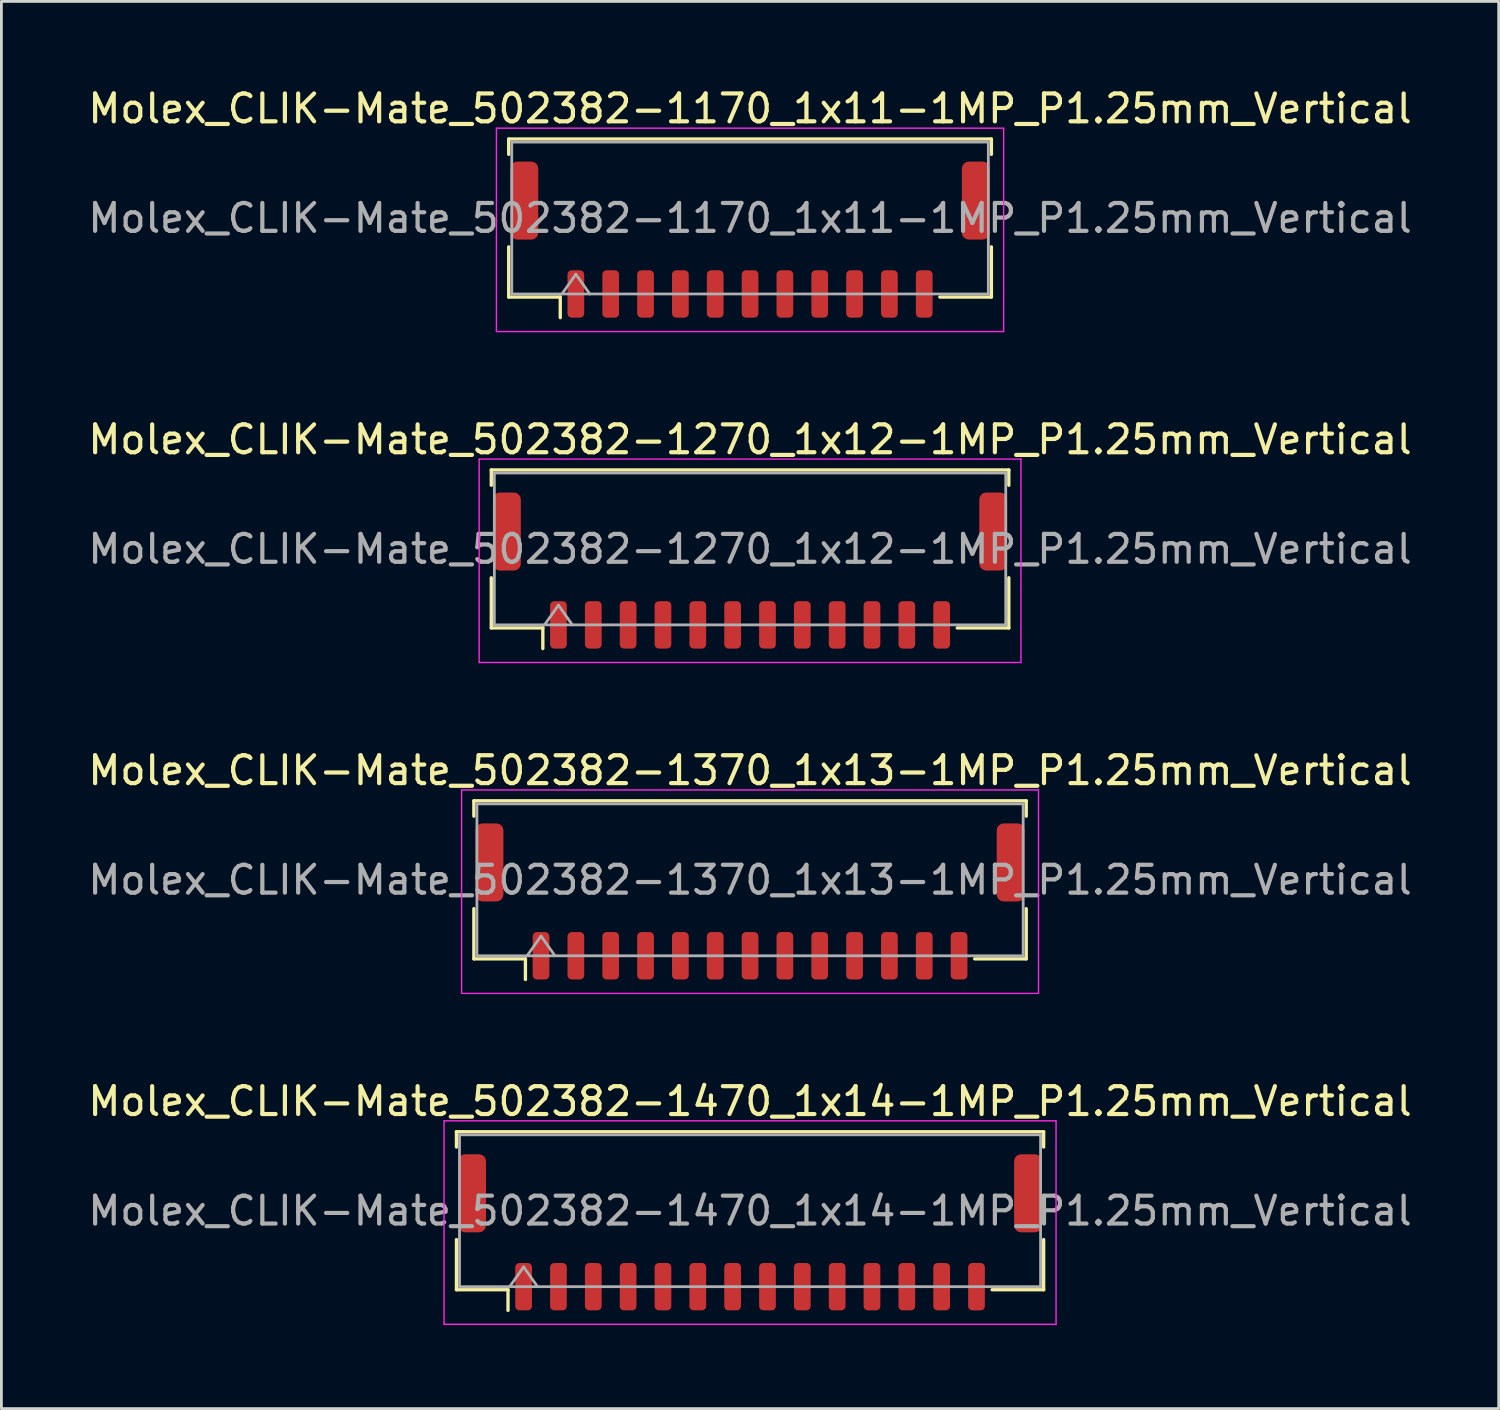
<source format=kicad_pcb>
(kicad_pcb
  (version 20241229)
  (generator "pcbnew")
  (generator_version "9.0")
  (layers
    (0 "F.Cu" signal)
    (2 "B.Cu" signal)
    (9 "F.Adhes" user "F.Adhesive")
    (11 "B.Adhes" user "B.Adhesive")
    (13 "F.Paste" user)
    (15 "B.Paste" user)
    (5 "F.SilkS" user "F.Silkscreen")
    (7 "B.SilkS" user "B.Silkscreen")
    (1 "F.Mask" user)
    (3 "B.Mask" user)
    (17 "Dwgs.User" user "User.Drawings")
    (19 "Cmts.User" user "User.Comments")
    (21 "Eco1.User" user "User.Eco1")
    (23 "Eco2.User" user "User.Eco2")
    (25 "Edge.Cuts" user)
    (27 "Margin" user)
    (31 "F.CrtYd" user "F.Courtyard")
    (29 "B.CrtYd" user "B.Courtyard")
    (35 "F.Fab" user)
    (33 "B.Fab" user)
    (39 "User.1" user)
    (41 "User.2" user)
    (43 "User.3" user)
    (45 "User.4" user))
  (footprint "Molex_CLIK-Mate_502382-1470_1x14-1MP_P1.25mm_Vertical"
    (layer "F.Cu")
    (at 23.863 41.168)
    (property "Reference" "Molex_CLIK-Mate_502382-1470_1x14-1MP_P1.25mm_Vertical" (at 0 -4.7 0) (layer "F.SilkS") (effects (font (size 1 1) (thickness 0.15))))
    (attr smd)
    (fp_line (start -10.535 -3.61) (end 10.535 -3.61) (stroke (width 0.12) (type solid)) (layer "F.SilkS"))
    (fp_line (start -10.535 -3.06) (end -10.535 -3.61) (stroke (width 0.12) (type solid)) (layer "F.SilkS"))
    (fp_line (start -10.535 0.26) (end -10.535 2.06) (stroke (width 0.12) (type solid)) (layer "F.SilkS"))
    (fp_line (start -10.535 2.06) (end -8.685 2.06) (stroke (width 0.12) (type solid)) (layer "F.SilkS"))
    (fp_line (start -8.685 2.06) (end -8.685 2.8) (stroke (width 0.12) (type solid)) (layer "F.SilkS"))
    (fp_line (start 10.535 -3.61) (end 10.535 -3.06) (stroke (width 0.12) (type solid)) (layer "F.SilkS"))
    (fp_line (start 10.535 0.26) (end 10.535 2.06) (stroke (width 0.12) (type solid)) (layer "F.SilkS"))
    (fp_line (start 10.535 2.06) (end 8.685 2.06) (stroke (width 0.12) (type solid)) (layer "F.SilkS"))
    (fp_line (start -10.98 -4) (end -10.98 3.3) (stroke (width 0.05) (type solid)) (layer "F.CrtYd"))
    (fp_line (start -10.98 3.3) (end 10.98 3.3) (stroke (width 0.05) (type solid)) (layer "F.CrtYd"))
    (fp_line (start 10.98 -4) (end -10.98 -4) (stroke (width 0.05) (type solid)) (layer "F.CrtYd"))
    (fp_line (start 10.98 3.3) (end 10.98 -4) (stroke (width 0.05) (type solid)) (layer "F.CrtYd"))
    (fp_line (start -10.425 -3.5) (end 10.425 -3.5) (stroke (width 0.1) (type solid)) (layer "F.Fab"))
    (fp_line (start -10.425 1.95) (end -10.425 -3.5) (stroke (width 0.1) (type solid)) (layer "F.Fab"))
    (fp_line (start -10.425 1.95) (end 10.425 1.95) (stroke (width 0.1) (type solid)) (layer "F.Fab"))
    (fp_line (start -8.625 1.95) (end -8.125 1.243) (stroke (width 0.1) (type solid)) (layer "F.Fab"))
    (fp_line (start -8.125 1.243) (end -7.625 1.95) (stroke (width 0.1) (type solid)) (layer "F.Fab"))
    (fp_line (start 10.425 1.95) (end 10.425 -3.5) (stroke (width 0.1) (type solid)) (layer "F.Fab"))
    (fp_text user "${REFERENCE}" (at 0 -0.77 0) (layer "F.Fab") (effects (font (size 1 1) (thickness 0.15))))
    (pad "1" smd roundrect (at -8.125 1.95) (size 0.6 1.7) (layers "F.Cu" "F.Mask" "F.Paste") (roundrect_rratio 0.25))
    (pad "2" smd roundrect (at -6.875 1.95) (size 0.6 1.7) (layers "F.Cu" "F.Mask" "F.Paste") (roundrect_rratio 0.25))
    (pad "3" smd roundrect (at -5.625 1.95) (size 0.6 1.7) (layers "F.Cu" "F.Mask" "F.Paste") (roundrect_rratio 0.25))
    (pad "4" smd roundrect (at -4.375 1.95) (size 0.6 1.7) (layers "F.Cu" "F.Mask" "F.Paste") (roundrect_rratio 0.25))
    (pad "5" smd roundrect (at -3.125 1.95) (size 0.6 1.7) (layers "F.Cu" "F.Mask" "F.Paste") (roundrect_rratio 0.25))
    (pad "6" smd roundrect (at -1.875 1.95) (size 0.6 1.7) (layers "F.Cu" "F.Mask" "F.Paste") (roundrect_rratio 0.25))
    (pad "7" smd roundrect (at -0.625 1.95) (size 0.6 1.7) (layers "F.Cu" "F.Mask" "F.Paste") (roundrect_rratio 0.25))
    (pad "8" smd roundrect (at 0.625 1.95) (size 0.6 1.7) (layers "F.Cu" "F.Mask" "F.Paste") (roundrect_rratio 0.25))
    (pad "9" smd roundrect (at 1.875 1.95) (size 0.6 1.7) (layers "F.Cu" "F.Mask" "F.Paste") (roundrect_rratio 0.25))
    (pad "10" smd roundrect (at 3.125 1.95) (size 0.6 1.7) (layers "F.Cu" "F.Mask" "F.Paste") (roundrect_rratio 0.25))
    (pad "11" smd roundrect (at 4.375 1.95) (size 0.6 1.7) (layers "F.Cu" "F.Mask" "F.Paste") (roundrect_rratio 0.25))
    (pad "12" smd roundrect (at 5.625 1.95) (size 0.6 1.7) (layers "F.Cu" "F.Mask" "F.Paste") (roundrect_rratio 0.25))
    (pad "13" smd roundrect (at 6.875 1.95) (size 0.6 1.7) (layers "F.Cu" "F.Mask" "F.Paste") (roundrect_rratio 0.25))
    (pad "14" smd roundrect (at 8.125 1.95) (size 0.6 1.7) (layers "F.Cu" "F.Mask" "F.Paste") (roundrect_rratio 0.25))
    (pad "MP" smd roundrect (at -9.975 -1.4) (size 1 2.8) (layers "F.Cu" "F.Mask" "F.Paste") (roundrect_rratio 0.25))
    (pad "MP" smd roundrect (at 9.975 -1.4) (size 1 2.8) (layers "F.Cu" "F.Mask" "F.Paste") (roundrect_rratio 0.25)))
  (footprint "Molex_CLIK-Mate_502382-1370_1x13-1MP_P1.25mm_Vertical"
    (layer "F.Cu")
    (at 23.863 29.295)
    (property "Reference" "Molex_CLIK-Mate_502382-1370_1x13-1MP_P1.25mm_Vertical" (at 0 -4.7 0) (layer "F.SilkS") (effects (font (size 1 1) (thickness 0.15))))
    (attr smd)
    (fp_line (start -9.91 -3.61) (end 9.91 -3.61) (stroke (width 0.12) (type solid)) (layer "F.SilkS"))
    (fp_line (start -9.91 -3.06) (end -9.91 -3.61) (stroke (width 0.12) (type solid)) (layer "F.SilkS"))
    (fp_line (start -9.91 0.26) (end -9.91 2.06) (stroke (width 0.12) (type solid)) (layer "F.SilkS"))
    (fp_line (start -9.91 2.06) (end -8.06 2.06) (stroke (width 0.12) (type solid)) (layer "F.SilkS"))
    (fp_line (start -8.06 2.06) (end -8.06 2.8) (stroke (width 0.12) (type solid)) (layer "F.SilkS"))
    (fp_line (start 9.91 -3.61) (end 9.91 -3.06) (stroke (width 0.12) (type solid)) (layer "F.SilkS"))
    (fp_line (start 9.91 0.26) (end 9.91 2.06) (stroke (width 0.12) (type solid)) (layer "F.SilkS"))
    (fp_line (start 9.91 2.06) (end 8.06 2.06) (stroke (width 0.12) (type solid)) (layer "F.SilkS"))
    (fp_line (start -10.35 -4) (end -10.35 3.3) (stroke (width 0.05) (type solid)) (layer "F.CrtYd"))
    (fp_line (start -10.35 3.3) (end 10.35 3.3) (stroke (width 0.05) (type solid)) (layer "F.CrtYd"))
    (fp_line (start 10.35 -4) (end -10.35 -4) (stroke (width 0.05) (type solid)) (layer "F.CrtYd"))
    (fp_line (start 10.35 3.3) (end 10.35 -4) (stroke (width 0.05) (type solid)) (layer "F.CrtYd"))
    (fp_line (start -9.8 -3.5) (end 9.8 -3.5) (stroke (width 0.1) (type solid)) (layer "F.Fab"))
    (fp_line (start -9.8 1.95) (end -9.8 -3.5) (stroke (width 0.1) (type solid)) (layer "F.Fab"))
    (fp_line (start -9.8 1.95) (end 9.8 1.95) (stroke (width 0.1) (type solid)) (layer "F.Fab"))
    (fp_line (start -8 1.95) (end -7.5 1.243) (stroke (width 0.1) (type solid)) (layer "F.Fab"))
    (fp_line (start -7.5 1.243) (end -7 1.95) (stroke (width 0.1) (type solid)) (layer "F.Fab"))
    (fp_line (start 9.8 1.95) (end 9.8 -3.5) (stroke (width 0.1) (type solid)) (layer "F.Fab"))
    (fp_text user "${REFERENCE}" (at 0 -0.77 0) (layer "F.Fab") (effects (font (size 1 1) (thickness 0.15))))
    (pad "1" smd roundrect (at -7.5 1.95) (size 0.6 1.7) (layers "F.Cu" "F.Mask" "F.Paste") (roundrect_rratio 0.25))
    (pad "2" smd roundrect (at -6.25 1.95) (size 0.6 1.7) (layers "F.Cu" "F.Mask" "F.Paste") (roundrect_rratio 0.25))
    (pad "3" smd roundrect (at -5 1.95) (size 0.6 1.7) (layers "F.Cu" "F.Mask" "F.Paste") (roundrect_rratio 0.25))
    (pad "4" smd roundrect (at -3.75 1.95) (size 0.6 1.7) (layers "F.Cu" "F.Mask" "F.Paste") (roundrect_rratio 0.25))
    (pad "5" smd roundrect (at -2.5 1.95) (size 0.6 1.7) (layers "F.Cu" "F.Mask" "F.Paste") (roundrect_rratio 0.25))
    (pad "6" smd roundrect (at -1.25 1.95) (size 0.6 1.7) (layers "F.Cu" "F.Mask" "F.Paste") (roundrect_rratio 0.25))
    (pad "7" smd roundrect (at 0 1.95) (size 0.6 1.7) (layers "F.Cu" "F.Mask" "F.Paste") (roundrect_rratio 0.25))
    (pad "8" smd roundrect (at 1.25 1.95) (size 0.6 1.7) (layers "F.Cu" "F.Mask" "F.Paste") (roundrect_rratio 0.25))
    (pad "9" smd roundrect (at 2.5 1.95) (size 0.6 1.7) (layers "F.Cu" "F.Mask" "F.Paste") (roundrect_rratio 0.25))
    (pad "10" smd roundrect (at 3.75 1.95) (size 0.6 1.7) (layers "F.Cu" "F.Mask" "F.Paste") (roundrect_rratio 0.25))
    (pad "11" smd roundrect (at 5 1.95) (size 0.6 1.7) (layers "F.Cu" "F.Mask" "F.Paste") (roundrect_rratio 0.25))
    (pad "12" smd roundrect (at 6.25 1.95) (size 0.6 1.7) (layers "F.Cu" "F.Mask" "F.Paste") (roundrect_rratio 0.25))
    (pad "13" smd roundrect (at 7.5 1.95) (size 0.6 1.7) (layers "F.Cu" "F.Mask" "F.Paste") (roundrect_rratio 0.25))
    (pad "MP" smd roundrect (at -9.35 -1.4) (size 1 2.8) (layers "F.Cu" "F.Mask" "F.Paste") (roundrect_rratio 0.25))
    (pad "MP" smd roundrect (at 9.35 -1.4) (size 1 2.8) (layers "F.Cu" "F.Mask" "F.Paste") (roundrect_rratio 0.25)))
  (footprint "Molex_CLIK-Mate_502382-1170_1x11-1MP_P1.25mm_Vertical"
    (layer "F.Cu")
    (at 23.863 5.548)
    (property "Reference" "Molex_CLIK-Mate_502382-1170_1x11-1MP_P1.25mm_Vertical" (at 0 -4.7 0) (layer "F.SilkS") (effects (font (size 1 1) (thickness 0.15))))
    (attr smd)
    (fp_line (start -8.66 -3.61) (end 8.66 -3.61) (stroke (width 0.12) (type solid)) (layer "F.SilkS"))
    (fp_line (start -8.66 -3.06) (end -8.66 -3.61) (stroke (width 0.12) (type solid)) (layer "F.SilkS"))
    (fp_line (start -8.66 0.26) (end -8.66 2.06) (stroke (width 0.12) (type solid)) (layer "F.SilkS"))
    (fp_line (start -8.66 2.06) (end -6.81 2.06) (stroke (width 0.12) (type solid)) (layer "F.SilkS"))
    (fp_line (start -6.81 2.06) (end -6.81 2.8) (stroke (width 0.12) (type solid)) (layer "F.SilkS"))
    (fp_line (start 8.66 -3.61) (end 8.66 -3.06) (stroke (width 0.12) (type solid)) (layer "F.SilkS"))
    (fp_line (start 8.66 0.26) (end 8.66 2.06) (stroke (width 0.12) (type solid)) (layer "F.SilkS"))
    (fp_line (start 8.66 2.06) (end 6.81 2.06) (stroke (width 0.12) (type solid)) (layer "F.SilkS"))
    (fp_line (start -9.1 -4) (end -9.1 3.3) (stroke (width 0.05) (type solid)) (layer "F.CrtYd"))
    (fp_line (start -9.1 3.3) (end 9.1 3.3) (stroke (width 0.05) (type solid)) (layer "F.CrtYd"))
    (fp_line (start 9.1 -4) (end -9.1 -4) (stroke (width 0.05) (type solid)) (layer "F.CrtYd"))
    (fp_line (start 9.1 3.3) (end 9.1 -4) (stroke (width 0.05) (type solid)) (layer "F.CrtYd"))
    (fp_line (start -8.55 -3.5) (end 8.55 -3.5) (stroke (width 0.1) (type solid)) (layer "F.Fab"))
    (fp_line (start -8.55 1.95) (end -8.55 -3.5) (stroke (width 0.1) (type solid)) (layer "F.Fab"))
    (fp_line (start -8.55 1.95) (end 8.55 1.95) (stroke (width 0.1) (type solid)) (layer "F.Fab"))
    (fp_line (start -6.75 1.95) (end -6.25 1.243) (stroke (width 0.1) (type solid)) (layer "F.Fab"))
    (fp_line (start -6.25 1.243) (end -5.75 1.95) (stroke (width 0.1) (type solid)) (layer "F.Fab"))
    (fp_line (start 8.55 1.95) (end 8.55 -3.5) (stroke (width 0.1) (type solid)) (layer "F.Fab"))
    (fp_text user "${REFERENCE}" (at 0 -0.77 0) (layer "F.Fab") (effects (font (size 1 1) (thickness 0.15))))
    (pad "1" smd roundrect (at -6.25 1.95) (size 0.6 1.7) (layers "F.Cu" "F.Mask" "F.Paste") (roundrect_rratio 0.25))
    (pad "2" smd roundrect (at -5 1.95) (size 0.6 1.7) (layers "F.Cu" "F.Mask" "F.Paste") (roundrect_rratio 0.25))
    (pad "3" smd roundrect (at -3.75 1.95) (size 0.6 1.7) (layers "F.Cu" "F.Mask" "F.Paste") (roundrect_rratio 0.25))
    (pad "4" smd roundrect (at -2.5 1.95) (size 0.6 1.7) (layers "F.Cu" "F.Mask" "F.Paste") (roundrect_rratio 0.25))
    (pad "5" smd roundrect (at -1.25 1.95) (size 0.6 1.7) (layers "F.Cu" "F.Mask" "F.Paste") (roundrect_rratio 0.25))
    (pad "6" smd roundrect (at 0 1.95) (size 0.6 1.7) (layers "F.Cu" "F.Mask" "F.Paste") (roundrect_rratio 0.25))
    (pad "7" smd roundrect (at 1.25 1.95) (size 0.6 1.7) (layers "F.Cu" "F.Mask" "F.Paste") (roundrect_rratio 0.25))
    (pad "8" smd roundrect (at 2.5 1.95) (size 0.6 1.7) (layers "F.Cu" "F.Mask" "F.Paste") (roundrect_rratio 0.25))
    (pad "9" smd roundrect (at 3.75 1.95) (size 0.6 1.7) (layers "F.Cu" "F.Mask" "F.Paste") (roundrect_rratio 0.25))
    (pad "10" smd roundrect (at 5 1.95) (size 0.6 1.7) (layers "F.Cu" "F.Mask" "F.Paste") (roundrect_rratio 0.25))
    (pad "11" smd roundrect (at 6.25 1.95) (size 0.6 1.7) (layers "F.Cu" "F.Mask" "F.Paste") (roundrect_rratio 0.25))
    (pad "MP" smd roundrect (at -8.1 -1.4) (size 1 2.8) (layers "F.Cu" "F.Mask" "F.Paste") (roundrect_rratio 0.25))
    (pad "MP" smd roundrect (at 8.1 -1.4) (size 1 2.8) (layers "F.Cu" "F.Mask" "F.Paste") (roundrect_rratio 0.25)))
  (footprint "Molex_CLIK-Mate_502382-1270_1x12-1MP_P1.25mm_Vertical"
    (layer "F.Cu")
    (at 23.863 17.422)
    (property "Reference" "Molex_CLIK-Mate_502382-1270_1x12-1MP_P1.25mm_Vertical" (at 0 -4.7 0) (layer "F.SilkS") (effects (font (size 1 1) (thickness 0.15))))
    (attr smd)
    (fp_line (start -9.285 -3.61) (end 9.285 -3.61) (stroke (width 0.12) (type solid)) (layer "F.SilkS"))
    (fp_line (start -9.285 -3.06) (end -9.285 -3.61) (stroke (width 0.12) (type solid)) (layer "F.SilkS"))
    (fp_line (start -9.285 0.26) (end -9.285 2.06) (stroke (width 0.12) (type solid)) (layer "F.SilkS"))
    (fp_line (start -9.285 2.06) (end -7.435 2.06) (stroke (width 0.12) (type solid)) (layer "F.SilkS"))
    (fp_line (start -7.435 2.06) (end -7.435 2.8) (stroke (width 0.12) (type solid)) (layer "F.SilkS"))
    (fp_line (start 9.285 -3.61) (end 9.285 -3.06) (stroke (width 0.12) (type solid)) (layer "F.SilkS"))
    (fp_line (start 9.285 0.26) (end 9.285 2.06) (stroke (width 0.12) (type solid)) (layer "F.SilkS"))
    (fp_line (start 9.285 2.06) (end 7.435 2.06) (stroke (width 0.12) (type solid)) (layer "F.SilkS"))
    (fp_line (start -9.72 -4) (end -9.72 3.3) (stroke (width 0.05) (type solid)) (layer "F.CrtYd"))
    (fp_line (start -9.72 3.3) (end 9.72 3.3) (stroke (width 0.05) (type solid)) (layer "F.CrtYd"))
    (fp_line (start 9.72 -4) (end -9.72 -4) (stroke (width 0.05) (type solid)) (layer "F.CrtYd"))
    (fp_line (start 9.72 3.3) (end 9.72 -4) (stroke (width 0.05) (type solid)) (layer "F.CrtYd"))
    (fp_line (start -9.175 -3.5) (end 9.175 -3.5) (stroke (width 0.1) (type solid)) (layer "F.Fab"))
    (fp_line (start -9.175 1.95) (end -9.175 -3.5) (stroke (width 0.1) (type solid)) (layer "F.Fab"))
    (fp_line (start -9.175 1.95) (end 9.175 1.95) (stroke (width 0.1) (type solid)) (layer "F.Fab"))
    (fp_line (start -7.375 1.95) (end -6.875 1.243) (stroke (width 0.1) (type solid)) (layer "F.Fab"))
    (fp_line (start -6.875 1.243) (end -6.375 1.95) (stroke (width 0.1) (type solid)) (layer "F.Fab"))
    (fp_line (start 9.175 1.95) (end 9.175 -3.5) (stroke (width 0.1) (type solid)) (layer "F.Fab"))
    (fp_text user "${REFERENCE}" (at 0 -0.77 0) (layer "F.Fab") (effects (font (size 1 1) (thickness 0.15))))
    (pad "1" smd roundrect (at -6.875 1.95) (size 0.6 1.7) (layers "F.Cu" "F.Mask" "F.Paste") (roundrect_rratio 0.25))
    (pad "2" smd roundrect (at -5.625 1.95) (size 0.6 1.7) (layers "F.Cu" "F.Mask" "F.Paste") (roundrect_rratio 0.25))
    (pad "3" smd roundrect (at -4.375 1.95) (size 0.6 1.7) (layers "F.Cu" "F.Mask" "F.Paste") (roundrect_rratio 0.25))
    (pad "4" smd roundrect (at -3.125 1.95) (size 0.6 1.7) (layers "F.Cu" "F.Mask" "F.Paste") (roundrect_rratio 0.25))
    (pad "5" smd roundrect (at -1.875 1.95) (size 0.6 1.7) (layers "F.Cu" "F.Mask" "F.Paste") (roundrect_rratio 0.25))
    (pad "6" smd roundrect (at -0.625 1.95) (size 0.6 1.7) (layers "F.Cu" "F.Mask" "F.Paste") (roundrect_rratio 0.25))
    (pad "7" smd roundrect (at 0.625 1.95) (size 0.6 1.7) (layers "F.Cu" "F.Mask" "F.Paste") (roundrect_rratio 0.25))
    (pad "8" smd roundrect (at 1.875 1.95) (size 0.6 1.7) (layers "F.Cu" "F.Mask" "F.Paste") (roundrect_rratio 0.25))
    (pad "9" smd roundrect (at 3.125 1.95) (size 0.6 1.7) (layers "F.Cu" "F.Mask" "F.Paste") (roundrect_rratio 0.25))
    (pad "10" smd roundrect (at 4.375 1.95) (size 0.6 1.7) (layers "F.Cu" "F.Mask" "F.Paste") (roundrect_rratio 0.25))
    (pad "11" smd roundrect (at 5.625 1.95) (size 0.6 1.7) (layers "F.Cu" "F.Mask" "F.Paste") (roundrect_rratio 0.25))
    (pad "12" smd roundrect (at 6.875 1.95) (size 0.6 1.7) (layers "F.Cu" "F.Mask" "F.Paste") (roundrect_rratio 0.25))
    (pad "MP" smd roundrect (at -8.725 -1.4) (size 1 2.8) (layers "F.Cu" "F.Mask" "F.Paste") (roundrect_rratio 0.25))
    (pad "MP" smd roundrect (at 8.725 -1.4) (size 1 2.8) (layers "F.Cu" "F.Mask" "F.Paste") (roundrect_rratio 0.25)))
  (gr_rect
    (start -3 -3)
    (end 50.726 47.493)
    (stroke (width 0.1) (type default))
    (fill no)
    (layer "Edge.Cuts")))
</source>
